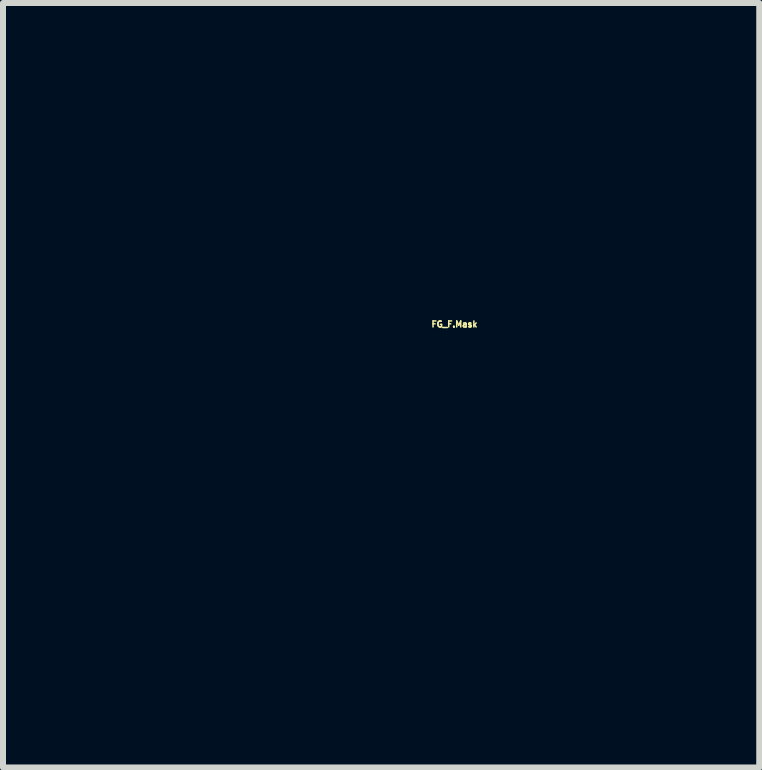
<source format=kicad_pcb>
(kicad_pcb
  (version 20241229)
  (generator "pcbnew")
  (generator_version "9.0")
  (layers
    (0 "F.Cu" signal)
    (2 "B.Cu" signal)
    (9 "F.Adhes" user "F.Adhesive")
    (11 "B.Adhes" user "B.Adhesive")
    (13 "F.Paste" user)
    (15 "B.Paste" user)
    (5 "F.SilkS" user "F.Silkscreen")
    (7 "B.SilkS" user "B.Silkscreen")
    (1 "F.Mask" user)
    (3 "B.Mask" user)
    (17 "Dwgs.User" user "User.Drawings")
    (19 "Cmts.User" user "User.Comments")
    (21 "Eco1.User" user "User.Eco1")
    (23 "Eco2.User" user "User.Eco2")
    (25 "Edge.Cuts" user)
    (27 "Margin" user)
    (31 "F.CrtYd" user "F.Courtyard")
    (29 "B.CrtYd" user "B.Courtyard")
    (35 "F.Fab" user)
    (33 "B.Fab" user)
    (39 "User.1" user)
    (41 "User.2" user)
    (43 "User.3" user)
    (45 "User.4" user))
  (footprint "FG_F.Mask"
    (layer "F.Cu")
    (at 3.254 4.437)
    (property "Reference" "FG_F.Mask" (at 1.27 -2.083 0) (layer "F.SilkS") (effects (font (size 0.1 0.1) (thickness 0.025))))
    (attr board_only exclude_from_pos_files exclude_from_bom)
    (fp_poly (pts (xy -1.041 -1.244) (xy -1.035 -1.219) (xy -1.042 -1.193) (xy -1.064 -1.183) (xy -1.09 -1.188) (xy -1.1 -1.199) (xy -1.103 -1.231) (xy -1.088 -1.251) (xy -1.064 -1.255) (xy -1.041 -1.244)) (stroke (width 0.01) (type solid)) (fill yes) (layer "F.Mask"))
    (fp_poly (pts (xy -3.049 -0.46) (xy -2.998 -0.435) (xy -2.952 -0.399) (xy -2.921 -0.363) (xy -2.905 -0.333) (xy -2.902 -0.311) (xy -2.911 -0.287) (xy -2.914 -0.282) (xy -2.94 -0.246) (xy -2.975 -0.23) (xy -3.02 -0.235) (xy -3.067 -0.252) (xy -3.121 -0.282) (xy -3.164 -0.316) (xy -3.192 -0.349) (xy -3.2 -0.374) (xy -3.189 -0.409) (xy -3.161 -0.441) (xy -3.124 -0.464) (xy -3.095 -0.47) (xy -3.049 -0.46)) (stroke (width 0.01) (type solid)) (fill yes) (layer "F.Mask"))
    (fp_poly (pts (xy 0.625 -4.423) (xy 0.665 -4.397) (xy 0.708 -4.359) (xy 0.75 -4.316) (xy 0.787 -4.271) (xy 0.813 -4.229) (xy 0.823 -4.195) (xy 0.823 -4.189) (xy 0.813 -4.164) (xy 0.789 -4.158) (xy 0.75 -4.171) (xy 0.734 -4.179) (xy 0.699 -4.201) (xy 0.658 -4.234) (xy 0.615 -4.272) (xy 0.575 -4.31) (xy 0.543 -4.345) (xy 0.524 -4.372) (xy 0.521 -4.383) (xy 0.532 -4.408) (xy 0.56 -4.426) (xy 0.594 -4.432) (xy 0.625 -4.423)) (stroke (width 0.01) (type solid)) (fill yes) (layer "F.Mask"))
    (fp_poly (pts (xy 2.47 -0.141) (xy 2.488 -0.11) (xy 2.503 -0.058) (xy 2.515 0.017) (xy 2.523 0.111) (xy 2.524 0.134) (xy 2.525 0.251) (xy 2.518 0.348) (xy 2.502 0.425) (xy 2.477 0.48) (xy 2.463 0.498) (xy 2.433 0.524) (xy 2.407 0.531) (xy 2.375 0.521) (xy 2.353 0.508) (xy 2.325 0.488) (xy 2.314 0.466) (xy 2.318 0.436) (xy 2.331 0.401) (xy 2.34 0.369) (xy 2.35 0.319) (xy 2.358 0.259) (xy 2.363 0.212) (xy 2.374 0.101) (xy 2.385 0.014) (xy 2.397 -0.052) (xy 2.409 -0.098) (xy 2.423 -0.127) (xy 2.425 -0.13) (xy 2.449 -0.147) (xy 2.47 -0.141)) (stroke (width 0.01) (type solid)) (fill yes) (layer "F.Mask"))
    (fp_poly (pts (xy 0.945 0.642) (xy 1.013 0.647) (xy 1.063 0.655) (xy 1.083 0.663) (xy 1.104 0.681) (xy 1.101 0.701) (xy 1.076 0.723) (xy 1.031 0.746) (xy 0.967 0.77) (xy 0.887 0.794) (xy 0.79 0.818) (xy 0.681 0.841) (xy 0.559 0.862) (xy 0.426 0.881) (xy 0.318 0.895) (xy 0.226 0.905) (xy 0.157 0.911) (xy 0.107 0.913) (xy 0.073 0.912) (xy 0.053 0.907) (xy 0.043 0.899) (xy 0.045 0.88) (xy 0.068 0.855) (xy 0.107 0.826) (xy 0.161 0.795) (xy 0.224 0.764) (xy 0.294 0.735) (xy 0.367 0.709) (xy 0.427 0.691) (xy 0.503 0.675) (xy 0.59 0.662) (xy 0.682 0.652) (xy 0.775 0.645) (xy 0.864 0.642) (xy 0.945 0.642)) (stroke (width 0.01) (type solid)) (fill yes) (layer "F.Mask"))
    (fp_poly (pts (xy 2.959 -1.715) (xy 2.983 -1.69) (xy 2.99 -1.68) (xy 3.016 -1.635) (xy 3.022 -1.599) (xy 3.007 -1.57) (xy 2.97 -1.545) (xy 2.909 -1.523) (xy 2.894 -1.518) (xy 2.849 -1.502) (xy 2.812 -1.481) (xy 2.78 -1.449) (xy 2.747 -1.402) (xy 2.72 -1.357) (xy 2.687 -1.307) (xy 2.661 -1.28) (xy 2.639 -1.274) (xy 2.617 -1.289) (xy 2.611 -1.298) (xy 2.589 -1.34) (xy 2.568 -1.4) (xy 2.551 -1.468) (xy 2.539 -1.537) (xy 2.535 -1.59) (xy 2.535 -1.639) (xy 2.539 -1.669) (xy 2.549 -1.687) (xy 2.559 -1.697) (xy 2.589 -1.709) (xy 2.61 -1.708) (xy 2.679 -1.695) (xy 2.752 -1.692) (xy 2.819 -1.701) (xy 2.839 -1.707) (xy 2.893 -1.722) (xy 2.931 -1.726) (xy 2.959 -1.715)) (stroke (width 0.01) (type solid)) (fill yes) (layer "F.Mask"))
    (fp_poly (pts (xy -2.978 0.022) (xy -2.963 0.031) (xy -2.941 0.056) (xy -2.922 0.092) (xy -2.92 0.098) (xy -2.903 0.136) (xy -2.878 0.181) (xy -2.863 0.203) (xy -2.822 0.268) (xy -2.776 0.355) (xy -2.726 0.46) (xy -2.676 0.578) (xy -2.662 0.611) (xy -2.627 0.71) (xy -2.607 0.791) (xy -2.603 0.853) (xy -2.614 0.898) (xy -2.62 0.907) (xy -2.647 0.925) (xy -2.688 0.934) (xy -2.737 0.935) (xy -2.782 0.925) (xy -2.791 0.921) (xy -2.843 0.889) (xy -2.898 0.841) (xy -2.95 0.782) (xy -2.994 0.719) (xy -3.009 0.692) (xy -3.032 0.639) (xy -3.048 0.586) (xy -3.058 0.522) (xy -3.062 0.486) (xy -3.068 0.398) (xy -3.068 0.31) (xy -3.062 0.225) (xy -3.051 0.149) (xy -3.036 0.087) (xy -3.017 0.045) (xy -3.012 0.038) (xy -2.994 0.02) (xy -2.978 0.022)) (stroke (width 0.01) (type solid)) (fill yes) (layer "F.Mask"))
    (fp_poly (pts (xy -3.14 0.06) (xy -3.131 0.073) (xy -3.127 0.092) (xy -3.124 0.132) (xy -3.12 0.19) (xy -3.117 0.261) (xy -3.113 0.343) (xy -3.111 0.394) (xy -3.107 0.482) (xy -3.103 0.564) (xy -3.098 0.637) (xy -3.093 0.695) (xy -3.088 0.734) (xy -3.086 0.746) (xy -3.062 0.803) (xy -3.022 0.856) (xy -2.965 0.905) (xy -2.888 0.954) (xy -2.788 1.002) (xy -2.729 1.028) (xy -2.662 1.058) (xy -2.617 1.085) (xy -2.59 1.113) (xy -2.579 1.143) (xy -2.578 1.156) (xy -2.589 1.193) (xy -2.616 1.235) (xy -2.654 1.274) (xy -2.695 1.304) (xy -2.735 1.319) (xy -2.746 1.32) (xy -2.768 1.315) (xy -2.8 1.303) (xy -2.8 1.303) (xy -2.843 1.275) (xy -2.893 1.229) (xy -2.946 1.169) (xy -3 1.098) (xy -3.051 1.022) (xy -3.096 0.944) (xy -3.112 0.91) (xy -3.144 0.833) (xy -3.172 0.743) (xy -3.196 0.645) (xy -3.217 0.544) (xy -3.232 0.442) (xy -3.242 0.345) (xy -3.246 0.256) (xy -3.244 0.18) (xy -3.235 0.119) (xy -3.22 0.082) (xy -3.195 0.059) (xy -3.165 0.051) (xy -3.14 0.06)) (stroke (width 0.01) (type solid)) (fill yes) (layer "F.Mask"))
    (fp_poly (pts (xy -2.641 -0.139) (xy -2.61 -0.112) (xy -2.58 -0.066) (xy -2.556 -0.01) (xy -2.551 0.006) (xy -2.537 0.048) (xy -2.516 0.096) (xy -2.507 0.114) (xy -2.492 0.147) (xy -2.483 0.178) (xy -2.479 0.217) (xy -2.479 0.27) (xy -2.479 0.287) (xy -2.48 0.344) (xy -2.477 0.384) (xy -2.47 0.417) (xy -2.455 0.451) (xy -2.443 0.476) (xy -2.408 0.553) (xy -2.38 0.628) (xy -2.363 0.694) (xy -2.36 0.718) (xy -2.356 0.74) (xy -2.347 0.75) (xy -2.326 0.753) (xy -2.289 0.752) (xy -2.25 0.75) (xy -2.228 0.754) (xy -2.216 0.767) (xy -2.211 0.779) (xy -2.206 0.806) (xy -2.204 0.85) (xy -2.205 0.903) (xy -2.206 0.924) (xy -2.208 0.985) (xy -2.206 1.032) (xy -2.201 1.06) (xy -2.2 1.061) (xy -2.192 1.071) (xy -2.181 1.068) (xy -2.165 1.049) (xy -2.141 1.012) (xy -2.105 0.964) (xy -2.073 0.941) (xy -2.044 0.941) (xy -2.017 0.966) (xy -2.006 0.981) (xy -1.986 1.027) (xy -1.984 1.07) (xy -2.002 1.12) (xy -2.007 1.13) (xy -2.021 1.162) (xy -2.029 1.189) (xy -2.029 1.218) (xy -2.021 1.256) (xy -2.004 1.308) (xy -1.994 1.338) (xy -1.977 1.389) (xy -1.964 1.434) (xy -1.957 1.465) (xy -1.956 1.472) (xy -1.964 1.498) (xy -1.984 1.529) (xy -2.008 1.557) (xy -2.031 1.573) (xy -2.038 1.575) (xy -2.054 1.566) (xy -2.081 1.543) (xy -2.115 1.509) (xy -2.125 1.499) (xy -2.22 1.382) (xy -2.308 1.244) (xy -2.388 1.089) (xy -2.457 0.921) (xy -2.502 0.781) (xy -2.525 0.71) (xy -2.553 0.633) (xy -2.583 0.561) (xy -2.593 0.538) (xy -2.618 0.482) (xy -2.634 0.439) (xy -2.642 0.402) (xy -2.645 0.362) (xy -2.645 0.343) (xy -2.647 0.29) (xy -2.654 0.225) (xy -2.665 0.161) (xy -2.668 0.149) (xy -2.685 0.051) (xy -2.692 -0.032) (xy -2.687 -0.096) (xy -2.68 -0.12) (xy -2.668 -0.143) (xy -2.653 -0.145) (xy -2.641 -0.139)) (stroke (width 0.01) (type solid)) (fill yes) (layer "F.Mask"))
    (fp_poly (pts (xy 3.124 -1.436) (xy 3.148 -1.403) (xy 3.176 -1.353) (xy 3.206 -1.288) (xy 3.236 -1.213) (xy 3.265 -1.13) (xy 3.291 -1.043) (xy 3.295 -1.026) (xy 3.331 -0.842) (xy 3.346 -0.649) (xy 3.339 -0.451) (xy 3.311 -0.251) (xy 3.261 -0.053) (xy 3.214 0.084) (xy 3.179 0.166) (xy 3.138 0.246) (xy 3.093 0.321) (xy 3.046 0.387) (xy 3.001 0.443) (xy 2.959 0.483) (xy 2.924 0.505) (xy 2.909 0.508) (xy 2.883 0.5) (xy 2.855 0.483) (xy 2.826 0.454) (xy 2.792 0.411) (xy 2.761 0.363) (xy 2.736 0.319) (xy 2.725 0.289) (xy 2.724 0.264) (xy 2.734 0.239) (xy 2.76 0.207) (xy 2.766 0.2) (xy 2.818 0.14) (xy 2.854 0.093) (xy 2.875 0.055) (xy 2.883 0.021) (xy 2.878 -0.014) (xy 2.862 -0.054) (xy 2.85 -0.078) (xy 2.832 -0.121) (xy 2.813 -0.178) (xy 2.797 -0.24) (xy 2.792 -0.258) (xy 2.778 -0.317) (xy 2.762 -0.374) (xy 2.748 -0.418) (xy 2.743 -0.429) (xy 2.72 -0.497) (xy 2.704 -0.581) (xy 2.694 -0.672) (xy 2.691 -0.763) (xy 2.697 -0.846) (xy 2.71 -0.914) (xy 2.712 -0.921) (xy 2.731 -0.967) (xy 2.754 -1.014) (xy 2.778 -1.054) (xy 2.8 -1.082) (xy 2.815 -1.092) (xy 2.838 -1.081) (xy 2.868 -1.049) (xy 2.901 -1.001) (xy 2.937 -0.941) (xy 2.971 -0.871) (xy 3.004 -0.797) (xy 3.032 -0.722) (xy 3.049 -0.667) (xy 3.069 -0.549) (xy 3.066 -0.428) (xy 3.038 -0.301) (xy 3.036 -0.292) (xy 3.018 -0.23) (xy 3.011 -0.188) (xy 3.013 -0.164) (xy 3.026 -0.154) (xy 3.038 -0.155) (xy 3.062 -0.165) (xy 3.081 -0.191) (xy 3.096 -0.236) (xy 3.107 -0.301) (xy 3.114 -0.351) (xy 3.121 -0.532) (xy 3.104 -0.719) (xy 3.062 -0.91) (xy 3.011 -1.067) (xy 2.992 -1.144) (xy 2.985 -1.227) (xy 2.993 -1.304) (xy 2.997 -1.321) (xy 3.013 -1.358) (xy 3.039 -1.395) (xy 3.067 -1.427) (xy 3.094 -1.446) (xy 3.104 -1.448) (xy 3.124 -1.436)) (stroke (width 0.01) (type solid)) (fill yes) (layer "F.Mask"))
    (fp_poly (pts (xy 0.239 -4.392) (xy 0.264 -4.386) (xy 0.291 -4.373) (xy 0.325 -4.352) (xy 0.37 -4.322) (xy 0.43 -4.28) (xy 0.461 -4.258) (xy 0.501 -4.232) (xy 0.559 -4.197) (xy 0.629 -4.157) (xy 0.707 -4.112) (xy 0.789 -4.067) (xy 0.821 -4.05) (xy 0.914 -4) (xy 1.015 -3.945) (xy 1.117 -3.89) (xy 1.213 -3.837) (xy 1.294 -3.792) (xy 1.302 -3.788) (xy 1.436 -3.713) (xy 1.567 -3.643) (xy 1.691 -3.578) (xy 1.804 -3.519) (xy 1.904 -3.47) (xy 1.987 -3.432) (xy 2.011 -3.421) (xy 2.068 -3.394) (xy 2.124 -3.362) (xy 2.169 -3.332) (xy 2.18 -3.323) (xy 2.213 -3.292) (xy 2.229 -3.27) (xy 2.232 -3.248) (xy 2.23 -3.237) (xy 2.23 -3.214) (xy 2.238 -3.19) (xy 2.259 -3.157) (xy 2.287 -3.121) (xy 2.354 -3.033) (xy 2.404 -2.959) (xy 2.439 -2.897) (xy 2.459 -2.845) (xy 2.463 -2.828) (xy 2.478 -2.778) (xy 2.499 -2.728) (xy 2.508 -2.711) (xy 2.54 -2.659) (xy 2.56 -2.623) (xy 2.57 -2.6) (xy 2.573 -2.586) (xy 2.569 -2.577) (xy 2.565 -2.572) (xy 2.544 -2.56) (xy 2.509 -2.551) (xy 2.498 -2.55) (xy 2.464 -2.546) (xy 2.449 -2.537) (xy 2.446 -2.519) (xy 2.446 -2.515) (xy 2.452 -2.488) (xy 2.466 -2.447) (xy 2.485 -2.398) (xy 2.49 -2.386) (xy 2.514 -2.323) (xy 2.523 -2.275) (xy 2.517 -2.24) (xy 2.495 -2.212) (xy 2.473 -2.197) (xy 2.427 -2.176) (xy 2.385 -2.176) (xy 2.343 -2.193) (xy 2.312 -2.212) (xy 2.271 -2.24) (xy 2.241 -2.262) (xy 2.147 -2.322) (xy 2.031 -2.376) (xy 1.899 -2.423) (xy 1.753 -2.463) (xy 1.597 -2.496) (xy 1.436 -2.52) (xy 1.273 -2.534) (xy 1.111 -2.539) (xy 0.955 -2.533) (xy 0.86 -2.523) (xy 0.764 -2.508) (xy 0.687 -2.488) (xy 0.622 -2.461) (xy 0.562 -2.424) (xy 0.502 -2.376) (xy 0.447 -2.33) (xy 0.405 -2.3) (xy 0.367 -2.282) (xy 0.329 -2.275) (xy 0.284 -2.276) (xy 0.273 -2.276) (xy 0.235 -2.282) (xy 0.189 -2.294) (xy 0.133 -2.313) (xy 0.061 -2.341) (xy -0.013 -2.372) (xy -0.085 -2.402) (xy -0.155 -2.43) (xy -0.226 -2.457) (xy -0.298 -2.484) (xy -0.376 -2.51) (xy -0.46 -2.537) (xy -0.553 -2.566) (xy -0.657 -2.597) (xy -0.774 -2.63) (xy -0.906 -2.667) (xy -1.056 -2.707) (xy -1.225 -2.752) (xy -1.415 -2.803) (xy -1.505 -2.827) (xy -1.66 -2.868) (xy -1.802 -2.907) (xy -1.93 -2.943) (xy -2.043 -2.977) (xy -2.139 -3.007) (xy -2.216 -3.033) (xy -2.273 -3.054) (xy -2.308 -3.07) (xy -2.319 -3.079) (xy -2.318 -3.107) (xy -2.298 -3.152) (xy -2.261 -3.211) (xy -2.209 -3.283) (xy -2.14 -3.369) (xy -2.057 -3.465) (xy -2.033 -3.492) (xy -1.979 -3.553) (xy -1.923 -3.62) (xy -1.871 -3.684) (xy -1.829 -3.737) (xy -1.822 -3.746) (xy -1.774 -3.807) (xy -1.73 -3.853) (xy -1.681 -3.893) (xy -1.642 -3.92) (xy -1.585 -3.957) (xy -1.544 -3.982) (xy -1.513 -3.998) (xy -1.487 -4.006) (xy -1.46 -4.01) (xy -1.428 -4.01) (xy -1.404 -4.011) (xy -1.381 -4.014) (xy -1.354 -4.02) (xy -1.32 -4.031) (xy -1.277 -4.048) (xy -1.22 -4.073) (xy -1.145 -4.105) (xy -1.079 -4.135) (xy -1.033 -4.155) (xy -0.994 -4.169) (xy -0.956 -4.178) (xy -0.912 -4.185) (xy -0.854 -4.19) (xy -0.806 -4.192) (xy -0.73 -4.198) (xy -0.65 -4.205) (xy -0.577 -4.214) (xy -0.527 -4.221) (xy -0.425 -4.237) (xy -0.344 -4.247) (xy -0.281 -4.251) (xy -0.232 -4.247) (xy -0.193 -4.236) (xy -0.16 -4.218) (xy -0.129 -4.191) (xy -0.113 -4.174) (xy -0.076 -4.138) (xy -0.033 -4.106) (xy 0.013 -4.08) (xy 0.056 -4.061) (xy 0.093 -4.051) (xy 0.118 -4.053) (xy 0.127 -4.068) (xy 0.118 -4.094) (xy 0.096 -4.129) (xy 0.066 -4.164) (xy 0.035 -4.194) (xy 0.011 -4.208) (xy -0.018 -4.227) (xy -0.025 -4.25) (xy -0.033 -4.275) (xy -0.044 -4.284) (xy -0.06 -4.302) (xy -0.064 -4.317) (xy -0.051 -4.346) (xy -0.015 -4.368) (xy 0.046 -4.383) (xy 0.13 -4.391) (xy 0.14 -4.391) (xy 0.181 -4.393) (xy 0.213 -4.394) (xy 0.239 -4.392)) (stroke (width 0.01) (type solid)) (fill yes) (layer "F.Mask"))
    (fp_poly (pts (xy -2.647 -3.084) (xy -2.641 -3.061) (xy -2.631 -3.021) (xy -2.617 -2.986) (xy -2.617 -2.986) (xy -2.609 -2.966) (xy -2.612 -2.947) (xy -2.628 -2.92) (xy -2.64 -2.902) (xy -2.668 -2.86) (xy -2.678 -2.831) (xy -2.672 -2.807) (xy -2.654 -2.787) (xy -2.641 -2.777) (xy -2.629 -2.774) (xy -2.614 -2.782) (xy -2.59 -2.804) (xy -2.555 -2.84) (xy -2.549 -2.847) (xy -2.47 -2.931) (xy -2.33 -2.887) (xy -1.853 -2.744) (xy -1.397 -2.621) (xy -1.175 -2.563) (xy -0.975 -2.509) (xy -0.793 -2.456) (xy -0.624 -2.404) (xy -0.466 -2.351) (xy -0.315 -2.296) (xy -0.167 -2.239) (xy -0.019 -2.177) (xy 0.127 -2.113) (xy 0.339 -2.018) (xy 0.387 -1.895) (xy 0.461 -1.728) (xy 0.549 -1.579) (xy 0.653 -1.444) (xy 0.778 -1.317) (xy 0.792 -1.304) (xy 0.863 -1.242) (xy 0.92 -1.194) (xy 0.968 -1.158) (xy 1.01 -1.129) (xy 1.053 -1.106) (xy 1.075 -1.095) (xy 1.107 -1.081) (xy 1.135 -1.071) (xy 1.166 -1.065) (xy 1.205 -1.062) (xy 1.258 -1.061) (xy 1.321 -1.061) (xy 1.435 -1.065) (xy 1.531 -1.075) (xy 1.616 -1.093) (xy 1.697 -1.121) (xy 1.748 -1.144) (xy 1.855 -1.207) (xy 1.963 -1.295) (xy 2.074 -1.407) (xy 2.185 -1.544) (xy 2.191 -1.552) (xy 2.219 -1.589) (xy 2.238 -1.608) (xy 2.254 -1.608) (xy 2.271 -1.589) (xy 2.295 -1.549) (xy 2.305 -1.531) (xy 2.331 -1.491) (xy 2.368 -1.443) (xy 2.409 -1.395) (xy 2.416 -1.388) (xy 2.459 -1.339) (xy 2.49 -1.295) (xy 2.511 -1.252) (xy 2.522 -1.206) (xy 2.522 -1.152) (xy 2.512 -1.088) (xy 2.493 -1.009) (xy 2.464 -0.912) (xy 2.451 -0.869) (xy 2.414 -0.753) (xy 2.385 -0.657) (xy 2.363 -0.576) (xy 2.347 -0.507) (xy 2.334 -0.444) (xy 2.325 -0.385) (xy 2.325 -0.381) (xy 2.314 -0.316) (xy 2.297 -0.245) (xy 2.281 -0.189) (xy 2.263 -0.124) (xy 2.248 -0.041) (xy 2.235 0.063) (xy 2.23 0.107) (xy 2.223 0.176) (xy 2.215 0.237) (xy 2.208 0.285) (xy 2.201 0.315) (xy 2.198 0.322) (xy 2.177 0.335) (xy 2.145 0.348) (xy 2.143 0.349) (xy 2.109 0.368) (xy 2.098 0.39) (xy 2.104 0.422) (xy 2.126 0.467) (xy 2.163 0.519) (xy 2.21 0.576) (xy 2.264 0.632) (xy 2.323 0.685) (xy 2.359 0.713) (xy 2.423 0.773) (xy 2.472 0.847) (xy 2.507 0.94) (xy 2.521 0.992) (xy 2.534 1.063) (xy 2.537 1.117) (xy 2.527 1.159) (xy 2.501 1.195) (xy 2.458 1.233) (xy 2.419 1.262) (xy 2.402 1.276) (xy 2.392 1.291) (xy 2.388 1.316) (xy 2.387 1.355) (xy 2.388 1.383) (xy 2.389 1.447) (xy 2.389 1.49) (xy 2.385 1.518) (xy 2.377 1.536) (xy 2.362 1.549) (xy 2.34 1.56) (xy 2.337 1.562) (xy 2.298 1.586) (xy 2.274 1.615) (xy 2.259 1.656) (xy 2.254 1.681) (xy 2.231 1.741) (xy 2.189 1.787) (xy 2.126 1.819) (xy 2.11 1.824) (xy 2.059 1.841) (xy 2.025 1.857) (xy 2.004 1.879) (xy 1.987 1.911) (xy 1.985 1.915) (xy 1.967 1.946) (xy 1.946 1.954) (xy 1.92 1.939) (xy 1.919 1.938) (xy 1.896 1.925) (xy 1.858 1.909) (xy 1.829 1.898) (xy 1.753 1.862) (xy 1.694 1.808) (xy 1.654 1.741) (xy 1.634 1.664) (xy 1.636 1.58) (xy 1.646 1.54) (xy 1.648 1.519) (xy 1.633 1.512) (xy 1.621 1.511) (xy 1.587 1.522) (xy 1.564 1.553) (xy 1.552 1.599) (xy 1.551 1.658) (xy 1.563 1.724) (xy 1.576 1.765) (xy 1.599 1.832) (xy 1.609 1.88) (xy 1.604 1.914) (xy 1.582 1.939) (xy 1.543 1.959) (xy 1.499 1.975) (xy 1.452 1.994) (xy 1.409 2.018) (xy 1.391 2.032) (xy 1.353 2.062) (xy 1.312 2.086) (xy 1.308 2.088) (xy 1.267 2.11) (xy 1.23 2.135) (xy 1.229 2.136) (xy 1.205 2.153) (xy 1.183 2.158) (xy 1.152 2.153) (xy 1.136 2.149) (xy 1.092 2.141) (xy 1.037 2.135) (xy 0.992 2.134) (xy 0.942 2.132) (xy 0.908 2.126) (xy 0.877 2.113) (xy 0.843 2.089) (xy 0.805 2.063) (xy 0.774 2.041) (xy 0.759 2.032) (xy 0.74 2.025) (xy 0.738 2.035) (xy 0.751 2.061) (xy 0.779 2.1) (xy 0.787 2.111) (xy 0.814 2.147) (xy 0.832 2.177) (xy 0.838 2.192) (xy 0.827 2.21) (xy 0.795 2.218) (xy 0.746 2.216) (xy 0.682 2.205) (xy 0.678 2.204) (xy 0.628 2.192) (xy 0.586 2.188) (xy 0.545 2.19) (xy 0.496 2.199) (xy 0.432 2.216) (xy 0.369 2.232) (xy 0.301 2.246) (xy 0.234 2.257) (xy 0.174 2.265) (xy 0.127 2.268) (xy 0.102 2.267) (xy 0.068 2.252) (xy 0.037 2.228) (xy 0.01 2.205) (xy -0.014 2.2) (xy -0.042 2.214) (xy -0.066 2.233) (xy -0.13 2.278) (xy -0.188 2.299) (xy -0.24 2.294) (xy -0.281 2.27) (xy -0.306 2.244) (xy -0.336 2.205) (xy -0.36 2.169) (xy -0.393 2.122) (xy -0.422 2.1) (xy -0.452 2.1) (xy -0.487 2.121) (xy -0.515 2.147) (xy -0.567 2.198) (xy -0.621 2.178) (xy -0.677 2.163) (xy -0.718 2.161) (xy -0.752 2.175) (xy -0.765 2.184) (xy -0.797 2.204) (xy -0.827 2.208) (xy -0.864 2.195) (xy -0.889 2.181) (xy -0.923 2.164) (xy -0.945 2.161) (xy -0.965 2.169) (xy -0.997 2.189) (xy -1.015 2.2) (xy -1.038 2.208) (xy -1.059 2.197) (xy -1.065 2.193) (xy -1.091 2.175) (xy -1.131 2.156) (xy -1.151 2.148) (xy -1.213 2.126) (xy -1.224 2.051) (xy -1.231 2.01) (xy -1.237 1.98) (xy -1.24 1.97) (xy -1.252 1.972) (xy -1.279 1.982) (xy -1.29 1.987) (xy -1.336 2.001) (xy -1.384 2.002) (xy -1.424 1.992) (xy -1.44 1.981) (xy -1.447 1.962) (xy -1.452 1.925) (xy -1.454 1.876) (xy -1.454 1.863) (xy -1.453 1.809) (xy -1.449 1.771) (xy -1.44 1.741) (xy -1.423 1.71) (xy -1.413 1.694) (xy -1.391 1.659) (xy -1.376 1.632) (xy -1.372 1.621) (xy -1.38 1.612) (xy -1.403 1.623) (xy -1.441 1.652) (xy -1.469 1.676) (xy -1.526 1.721) (xy -1.58 1.747) (xy -1.635 1.753) (xy -1.696 1.739) (xy -1.766 1.706) (xy -1.808 1.681) (xy -1.906 1.619) (xy -1.899 1.499) (xy -1.891 1.402) (xy -1.879 1.323) (xy -1.865 1.263) (xy -1.849 1.225) (xy -1.838 1.214) (xy -1.814 1.21) (xy -1.798 1.228) (xy -1.791 1.266) (xy -1.791 1.274) (xy -1.786 1.308) (xy -1.775 1.346) (xy -1.76 1.378) (xy -1.745 1.396) (xy -1.74 1.397) (xy -1.725 1.385) (xy -1.71 1.351) (xy -1.699 1.298) (xy -1.694 1.266) (xy -1.691 1.233) (xy -1.693 1.208) (xy -1.703 1.184) (xy -1.724 1.154) (xy -1.751 1.12) (xy -1.782 1.08) (xy -1.805 1.044) (xy -1.816 1.021) (xy -1.816 1.017) (xy -1.822 0.997) (xy -1.833 0.969) (xy -0.81 0.969) (xy -0.796 0.984) (xy -0.767 0.991) (xy -0.74 0.996) (xy -0.729 1.015) (xy -0.734 1.051) (xy -0.743 1.078) (xy -0.755 1.118) (xy -0.761 1.151) (xy -0.762 1.159) (xy -0.76 1.173) (xy -0.75 1.179) (xy -0.726 1.18) (xy -0.687 1.176) (xy -0.641 1.169) (xy -0.58 1.158) (xy -0.515 1.144) (xy -0.486 1.137) (xy -0.418 1.119) (xy -0.346 1.097) (xy -0.281 1.075) (xy -0.262 1.068) (xy -0.198 1.044) (xy -0.145 1.032) (xy -0.093 1.031) (xy -0.033 1.04) (xy 0.009 1.049) (xy 0.098 1.062) (xy 0.191 1.061) (xy 0.293 1.044) (xy 0.406 1.012) (xy 0.535 0.963) (xy 0.54 0.961) (xy 0.583 0.945) (xy 0.636 0.932) (xy 0.703 0.921) (xy 0.788 0.911) (xy 0.806 0.909) (xy 0.891 0.899) (xy 0.982 0.886) (xy 1.07 0.872) (xy 1.144 0.858) (xy 1.149 0.857) (xy 1.222 0.842) (xy 1.297 0.826) (xy 1.366 0.812) (xy 1.406 0.804) (xy 1.511 0.784) (xy 1.642 0.862) (xy 1.716 0.903) (xy 1.771 0.93) (xy 1.808 0.94) (xy 1.826 0.936) (xy 1.824 0.916) (xy 1.802 0.881) (xy 1.789 0.863) (xy 1.752 0.799) (xy 1.735 0.74) (xy 1.725 0.698) (xy 1.714 0.674) (xy 1.697 0.66) (xy 1.679 0.653) (xy 1.637 0.635) (xy 1.617 0.615) (xy 1.619 0.598) (xy 1.643 0.587) (xy 1.674 0.584) (xy 1.726 0.58) (xy 1.762 0.571) (xy 1.777 0.557) (xy 1.778 0.554) (xy 1.771 0.538) (xy 1.753 0.506) (xy 1.726 0.464) (xy 1.705 0.432) (xy 1.632 0.324) (xy 1.41 0.317) (xy 1.336 0.314) (xy 1.269 0.311) (xy 1.216 0.307) (xy 1.179 0.303) (xy 1.165 0.3) (xy 1.146 0.283) (xy 1.123 0.251) (xy 1.112 0.23) (xy 1.088 0.19) (xy 1.058 0.147) (xy 1.027 0.109) (xy 0.999 0.079) (xy 0.979 0.064) (xy 0.975 0.064) (xy 0.968 0.076) (xy 0.967 0.112) (xy 0.97 0.152) (xy 0.972 0.196) (xy 0.972 0.23) (xy 0.968 0.246) (xy 0.968 0.246) (xy 0.945 0.246) (xy 0.916 0.229) (xy 0.886 0.198) (xy 0.864 0.165) (xy 0.847 0.128) (xy 0.836 0.086) (xy 0.83 0.032) (xy 0.828 -0.003) (xy 0.822 -0.114) (xy 0.955 -0.114) (xy 1.026 -0.115) (xy 1.075 -0.119) (xy 1.106 -0.13) (xy 1.122 -0.152) (xy 1.127 -0.188) (xy 1.124 -0.244) (xy 1.119 -0.294) (xy 1.113 -0.354) (xy 1.109 -0.405) (xy 1.106 -0.443) (xy 1.105 -0.46) (xy 1.099 -0.472) (xy 1.077 -0.479) (xy 1.036 -0.485) (xy 1.027 -0.485) (xy 0.976 -0.492) (xy 0.945 -0.503) (xy 0.932 -0.515) (xy 0.92 -0.545) (xy 0.915 -0.59) (xy 0.916 -0.639) (xy 0.923 -0.682) (xy 0.933 -0.706) (xy 0.95 -0.738) (xy 0.946 -0.768) (xy 0.92 -0.801) (xy 0.914 -0.807) (xy 0.886 -0.829) (xy 0.863 -0.833) (xy 0.843 -0.817) (xy 0.822 -0.78) (xy 0.807 -0.746) (xy 0.763 -0.659) (xy 0.705 -0.581) (xy 0.639 -0.516) (xy 0.569 -0.47) (xy 0.542 -0.458) (xy 0.499 -0.449) (xy 0.44 -0.445) (xy 0.374 -0.447) (xy 0.309 -0.453) (xy 0.254 -0.465) (xy 0.253 -0.465) (xy 0.16 -0.499) (xy 0.076 -0.546) (xy -0.009 -0.609) (xy -0.014 -0.614) (xy -0.08 -0.667) (xy -0.133 -0.701) (xy -0.175 -0.719) (xy -0.212 -0.72) (xy -0.245 -0.705) (xy -0.275 -0.68) (xy -0.303 -0.649) (xy -0.314 -0.622) (xy -0.315 -0.588) (xy -0.315 -0.588) (xy -0.311 -0.54) (xy -0.202 -0.533) (xy -0.14 -0.528) (xy -0.098 -0.52) (xy -0.069 -0.505) (xy -0.049 -0.481) (xy -0.033 -0.452) (xy -0.014 -0.393) (xy -0.018 -0.345) (xy -0.043 -0.308) (xy -0.046 -0.306) (xy -0.095 -0.274) (xy -0.158 -0.243) (xy -0.223 -0.218) (xy -0.275 -0.204) (xy -0.332 -0.185) (xy -0.368 -0.153) (xy -0.383 -0.107) (xy -0.377 -0.048) (xy -0.362 -0.003) (xy -0.327 0.058) (xy -0.281 0.097) (xy -0.222 0.114) (xy -0.205 0.114) (xy -0.156 0.119) (xy -0.127 0.134) (xy -0.115 0.163) (xy -0.114 0.18) (xy -0.111 0.208) (xy -0.099 0.213) (xy -0.081 0.193) (xy -0.057 0.156) (xy -0.023 0.102) (xy 0.011 0.06) (xy 0.041 0.033) (xy 0.061 0.025) (xy 0.081 0.033) (xy 0.111 0.052) (xy 0.127 0.064) (xy 0.166 0.09) (xy 0.206 0.111) (xy 0.218 0.116) (xy 0.279 0.138) (xy 0.319 0.16) (xy 0.343 0.186) (xy 0.353 0.221) (xy 0.356 0.261) (xy 0.353 0.29) (xy 0.341 0.303) (xy 0.316 0.301) (xy 0.273 0.285) (xy 0.273 0.285) (xy 0.218 0.272) (xy 0.169 0.277) (xy 0.131 0.298) (xy 0.107 0.333) (xy 0.102 0.363) (xy 0.092 0.397) (xy 0.067 0.433) (xy 0.034 0.462) (xy 0.018 0.47) (xy -0.01 0.489) (xy -0.033 0.517) (xy -0.07 0.576) (xy -0.099 0.616) (xy -0.123 0.641) (xy -0.145 0.656) (xy -0.154 0.659) (xy -0.188 0.675) (xy -0.226 0.699) (xy -0.234 0.705) (xy -0.265 0.726) (xy -0.287 0.73) (xy -0.303 0.725) (xy -0.321 0.719) (xy -0.34 0.726) (xy -0.365 0.748) (xy -0.378 0.761) (xy -0.412 0.791) (xy -0.444 0.808) (xy -0.486 0.818) (xy -0.502 0.82) (xy -0.551 0.829) (xy -0.588 0.845) (xy -0.625 0.874) (xy -0.63 0.879) (xy -0.672 0.912) (xy -0.71 0.929) (xy -0.738 0.934) (xy -0.774 0.939) (xy -0.799 0.948) (xy -0.803 0.951) (xy -0.81 0.969) (xy -1.833 0.969) (xy -1.837 0.961) (xy -1.859 0.912) (xy -1.886 0.856) (xy -1.886 0.856) (xy -1.918 0.788) (xy -1.949 0.716) (xy -1.978 0.645) (xy -2.003 0.578) (xy -2.021 0.522) (xy -2.031 0.481) (xy -2.032 0.468) (xy -2.023 0.449) (xy -1.997 0.448) (xy -1.953 0.465) (xy -1.893 0.499) (xy -1.817 0.55) (xy -1.725 0.619) (xy -1.617 0.704) (xy -1.594 0.722) (xy -1.545 0.761) (xy -1.503 0.793) (xy -1.47 0.816) (xy -1.453 0.825) (xy -1.452 0.826) (xy -1.432 0.814) (xy -1.417 0.785) (xy -1.41 0.744) (xy -1.41 0.738) (xy -1.416 0.705) (xy -1.435 0.657) (xy -1.462 0.599) (xy -1.495 0.537) (xy -1.531 0.477) (xy -1.567 0.423) (xy -1.581 0.404) (xy -1.626 0.355) (xy -1.675 0.311) (xy -1.723 0.277) (xy -1.765 0.257) (xy -1.785 0.254) (xy -1.837 0.245) (xy -1.889 0.216) (xy -1.942 0.165) (xy -1.949 0.157) (xy -1.993 0.113) (xy -2.054 0.062) (xy -2.127 0.01) (xy -2.151 -0.007) (xy -2.207 -0.045) (xy -2.259 -0.081) (xy -2.299 -0.112) (xy -2.325 -0.134) (xy -2.326 -0.136) (xy -2.345 -0.162) (xy -2.361 -0.196) (xy -2.373 -0.243) (xy -2.382 -0.305) (xy -2.389 -0.384) (xy -2.394 -0.484) (xy -2.397 -0.546) (xy -2.399 -0.629) (xy -2.4 -0.691) (xy -2.399 -0.737) (xy -2.396 -0.77) (xy -2.39 -0.795) (xy -2.382 -0.817) (xy -2.382 -0.819) (xy -2.36 -0.873) (xy -2.348 -0.913) (xy -2.347 -0.947) (xy -2.354 -0.984) (xy -2.364 -1.013) (xy -2.375 -1.049) (xy -2.382 -1.082) (xy -2.382 -1.082) (xy -2.113 -1.082) (xy -2.102 -1.012) (xy -2.075 -0.937) (xy -2.036 -0.864) (xy -1.999 -0.814) (xy -1.973 -0.787) (xy -1.949 -0.778) (xy -1.925 -0.779) (xy -1.9 -0.782) (xy -1.854 -0.785) (xy -1.793 -0.788) (xy -1.722 -0.792) (xy -1.657 -0.794) (xy -1.509 -0.801) (xy -1.384 -0.812) (xy -1.281 -0.827) (xy -1.199 -0.847) (xy -1.137 -0.87) (xy -1.137 -0.87) (xy -1.073 -0.901) (xy -1.124 -0.895) (xy -1.211 -0.886) (xy -1.274 -0.88) (xy -1.318 -0.879) (xy -1.343 -0.882) (xy -1.351 -0.887) (xy -1.348 -0.902) (xy -1.327 -0.924) (xy -1.295 -0.946) (xy -1.258 -0.965) (xy -1.232 -0.974) (xy -1.201 -0.986) (xy -1.187 -1.005) (xy -1.184 -1.026) (xy -1.182 -1.043) (xy -1.178 -1.055) (xy -1.168 -1.063) (xy -1.148 -1.07) (xy -1.113 -1.077) (xy -1.06 -1.085) (xy -1.016 -1.092) (xy -0.972 -1.099) (xy -0.939 -1.103) (xy -0.924 -1.105) (xy -0.91 -1.113) (xy -0.885 -1.132) (xy -0.87 -1.144) (xy -0.843 -1.165) (xy -0.815 -1.179) (xy -0.777 -1.188) (xy -0.723 -1.195) (xy -0.663 -1.204) (xy -0.616 -1.214) (xy -0.585 -1.225) (xy -0.573 -1.235) (xy -0.574 -1.239) (xy -0.592 -1.246) (xy -0.629 -1.254) (xy -0.682 -1.263) (xy -0.745 -1.272) (xy -0.812 -1.281) (xy -0.88 -1.289) (xy -0.942 -1.295) (xy -0.994 -1.298) (xy -1.01 -1.299) (xy -1.079 -1.298) (xy -1.135 -1.293) (xy -1.189 -1.283) (xy -1.254 -1.264) (xy -1.254 -1.264) (xy -1.305 -1.249) (xy -1.347 -1.239) (xy -1.374 -1.235) (xy -1.38 -1.236) (xy -1.379 -1.251) (xy -1.361 -1.274) (xy -1.329 -1.301) (xy -1.29 -1.328) (xy -1.246 -1.351) (xy -1.246 -1.351) (xy -1.112 -1.398) (xy -0.976 -1.421) (xy -0.84 -1.419) (xy -0.707 -1.393) (xy -0.704 -1.392) (xy -0.656 -1.379) (xy -0.618 -1.371) (xy -0.595 -1.368) (xy -0.592 -1.369) (xy -0.587 -1.381) (xy -0.604 -1.398) (xy -0.637 -1.418) (xy -0.683 -1.439) (xy -0.739 -1.461) (xy -0.8 -1.48) (xy -0.863 -1.497) (xy -0.924 -1.508) (xy -0.938 -1.51) (xy -1.015 -1.516) (xy -1.087 -1.513) (xy -1.157 -1.499) (xy -1.231 -1.474) (xy -1.313 -1.435) (xy -1.407 -1.381) (xy -1.453 -1.353) (xy -1.503 -1.324) (xy -1.548 -1.3) (xy -1.581 -1.286) (xy -1.594 -1.283) (xy -1.629 -1.292) (xy -1.661 -1.315) (xy -1.684 -1.344) (xy -1.689 -1.364) (xy -1.682 -1.39) (xy -1.666 -1.427) (xy -1.653 -1.449) (xy -1.591 -1.526) (xy -1.509 -1.597) (xy -1.412 -1.658) (xy -1.308 -1.706) (xy -1.2 -1.738) (xy -1.094 -1.752) (xy -1.077 -1.753) (xy -0.972 -1.745) (xy -0.854 -1.722) (xy -0.729 -1.687) (xy -0.603 -1.64) (xy -0.482 -1.585) (xy -0.451 -1.568) (xy -0.374 -1.531) (xy -0.31 -1.509) (xy -0.284 -1.504) (xy -0.239 -1.501) (xy -0.213 -1.505) (xy -0.203 -1.519) (xy -0.209 -1.546) (xy -0.231 -1.588) (xy -0.258 -1.633) (xy -0.303 -1.703) (xy -0.342 -1.754) (xy -0.378 -1.79) (xy -0.416 -1.816) (xy -0.461 -1.836) (xy -0.471 -1.84) (xy -0.523 -1.859) (xy -0.57 -1.879) (xy -0.617 -1.905) (xy -0.673 -1.939) (xy -0.712 -1.964) (xy -0.818 -2.027) (xy -0.91 -2.07) (xy -0.986 -2.094) (xy -1.029 -2.098) (xy -1.054 -2.097) (xy -1.084 -2.091) (xy -1.121 -2.079) (xy -1.168 -2.062) (xy -1.227 -2.036) (xy -1.301 -2.002) (xy -1.393 -1.959) (xy -1.473 -1.92) (xy -1.592 -1.85) (xy -1.693 -1.766) (xy -1.775 -1.67) (xy -1.836 -1.564) (xy -1.874 -1.449) (xy -1.881 -1.416) (xy -1.891 -1.361) (xy -1.902 -1.327) (xy -1.916 -1.306) (xy -1.937 -1.296) (xy -1.956 -1.291) (xy -1.998 -1.273) (xy -2.043 -1.238) (xy -2.081 -1.195) (xy -2.106 -1.15) (xy -2.108 -1.143) (xy -2.113 -1.082) (xy -2.382 -1.082) (xy -2.384 -1.121) (xy -2.384 -1.172) (xy -2.381 -1.233) (xy -2.372 -1.381) (xy -2.418 -1.484) (xy -2.434 -1.525) (xy -2.453 -1.578) (xy -2.474 -1.639) (xy -2.493 -1.7) (xy -2.509 -1.756) (xy -2.521 -1.801) (xy -2.527 -1.83) (xy -2.527 -1.833) (xy -2.535 -1.845) (xy -2.553 -1.87) (xy -2.567 -1.887) (xy -2.588 -1.916) (xy -2.599 -1.94) (xy -2.603 -1.97) (xy -2.601 -2.014) (xy -2.6 -2.021) (xy -2.6 -2.093) (xy -2.612 -2.146) (xy -2.638 -2.183) (xy -2.672 -2.204) (xy -2.724 -2.214) (xy -2.768 -2.201) (xy -2.799 -2.17) (xy -2.812 -2.141) (xy -2.804 -2.125) (xy -2.782 -2.121) (xy -2.757 -2.11) (xy -2.744 -2.079) (xy -2.746 -2.026) (xy -2.76 -1.951) (xy -2.788 -1.855) (xy -2.788 -1.853) (xy -2.81 -1.783) (xy -2.824 -1.729) (xy -2.829 -1.693) (xy -2.828 -1.676) (xy -2.818 -1.679) (xy -2.8 -1.705) (xy -2.79 -1.724) (xy -2.758 -1.776) (xy -2.727 -1.804) (xy -2.699 -1.807) (xy -2.692 -1.803) (xy -2.687 -1.795) (xy -2.687 -1.779) (xy -2.692 -1.75) (xy -2.703 -1.706) (xy -2.722 -1.643) (xy -2.742 -1.579) (xy -2.772 -1.482) (xy -2.796 -1.406) (xy -2.816 -1.349) (xy -2.831 -1.308) (xy -2.843 -1.278) (xy -2.853 -1.258) (xy -2.863 -1.245) (xy -2.87 -1.239) (xy -2.888 -1.226) (xy -2.903 -1.233) (xy -2.912 -1.241) (xy -2.922 -1.262) (xy -2.936 -1.302) (xy -2.951 -1.355) (xy -2.964 -1.407) (xy -2.982 -1.485) (xy -2.998 -1.543) (xy -3.013 -1.583) (xy -3.03 -1.61) (xy -3.051 -1.628) (xy -3.078 -1.64) (xy -3.089 -1.643) (xy -3.101 -1.652) (xy -3.108 -1.67) (xy -3.111 -1.706) (xy -3.112 -1.736) (xy -3.115 -1.796) (xy -3.123 -1.835) (xy -3.135 -1.853) (xy -3.15 -1.848) (xy -3.165 -1.82) (xy -3.176 -1.784) (xy -3.193 -1.737) (xy -3.213 -1.71) (xy -3.235 -1.707) (xy -3.24 -1.709) (xy -3.246 -1.726) (xy -3.249 -1.763) (xy -3.248 -1.816) (xy -3.244 -1.879) (xy -3.238 -1.949) (xy -3.23 -2.021) (xy -3.219 -2.089) (xy -3.213 -2.12) (xy -3.185 -2.231) (xy -3.151 -2.317) (xy -3.11 -2.379) (xy -3.081 -2.406) (xy -3.042 -2.429) (xy -3 -2.436) (xy -2.947 -2.428) (xy -2.934 -2.425) (xy -2.917 -2.432) (xy -2.894 -2.463) (xy -2.884 -2.483) (xy -2.85 -2.534) (xy -2.812 -2.563) (xy -2.81 -2.565) (xy -2.778 -2.584) (xy -2.771 -2.602) (xy -2.789 -2.617) (xy -2.813 -2.623) (xy -2.853 -2.636) (xy -2.872 -2.658) (xy -2.872 -2.693) (xy -2.855 -2.743) (xy -2.851 -2.752) (xy -2.83 -2.803) (xy -2.822 -2.843) (xy -2.824 -2.87) (xy -2.822 -2.918) (xy -2.803 -2.974) (xy -2.773 -3.029) (xy -2.734 -3.075) (xy -2.728 -3.08) (xy -2.691 -3.104) (xy -2.664 -3.106) (xy -2.647 -3.084)) (stroke (width 0.01) (type solid)) (fill yes) (layer "F.Mask")))
  (gr_rect
    (start -3 -3)
    (end 9.604 9.741)
    (stroke (width 0.1) (type default))
    (fill no)
    (layer "Edge.Cuts")))
</source>
